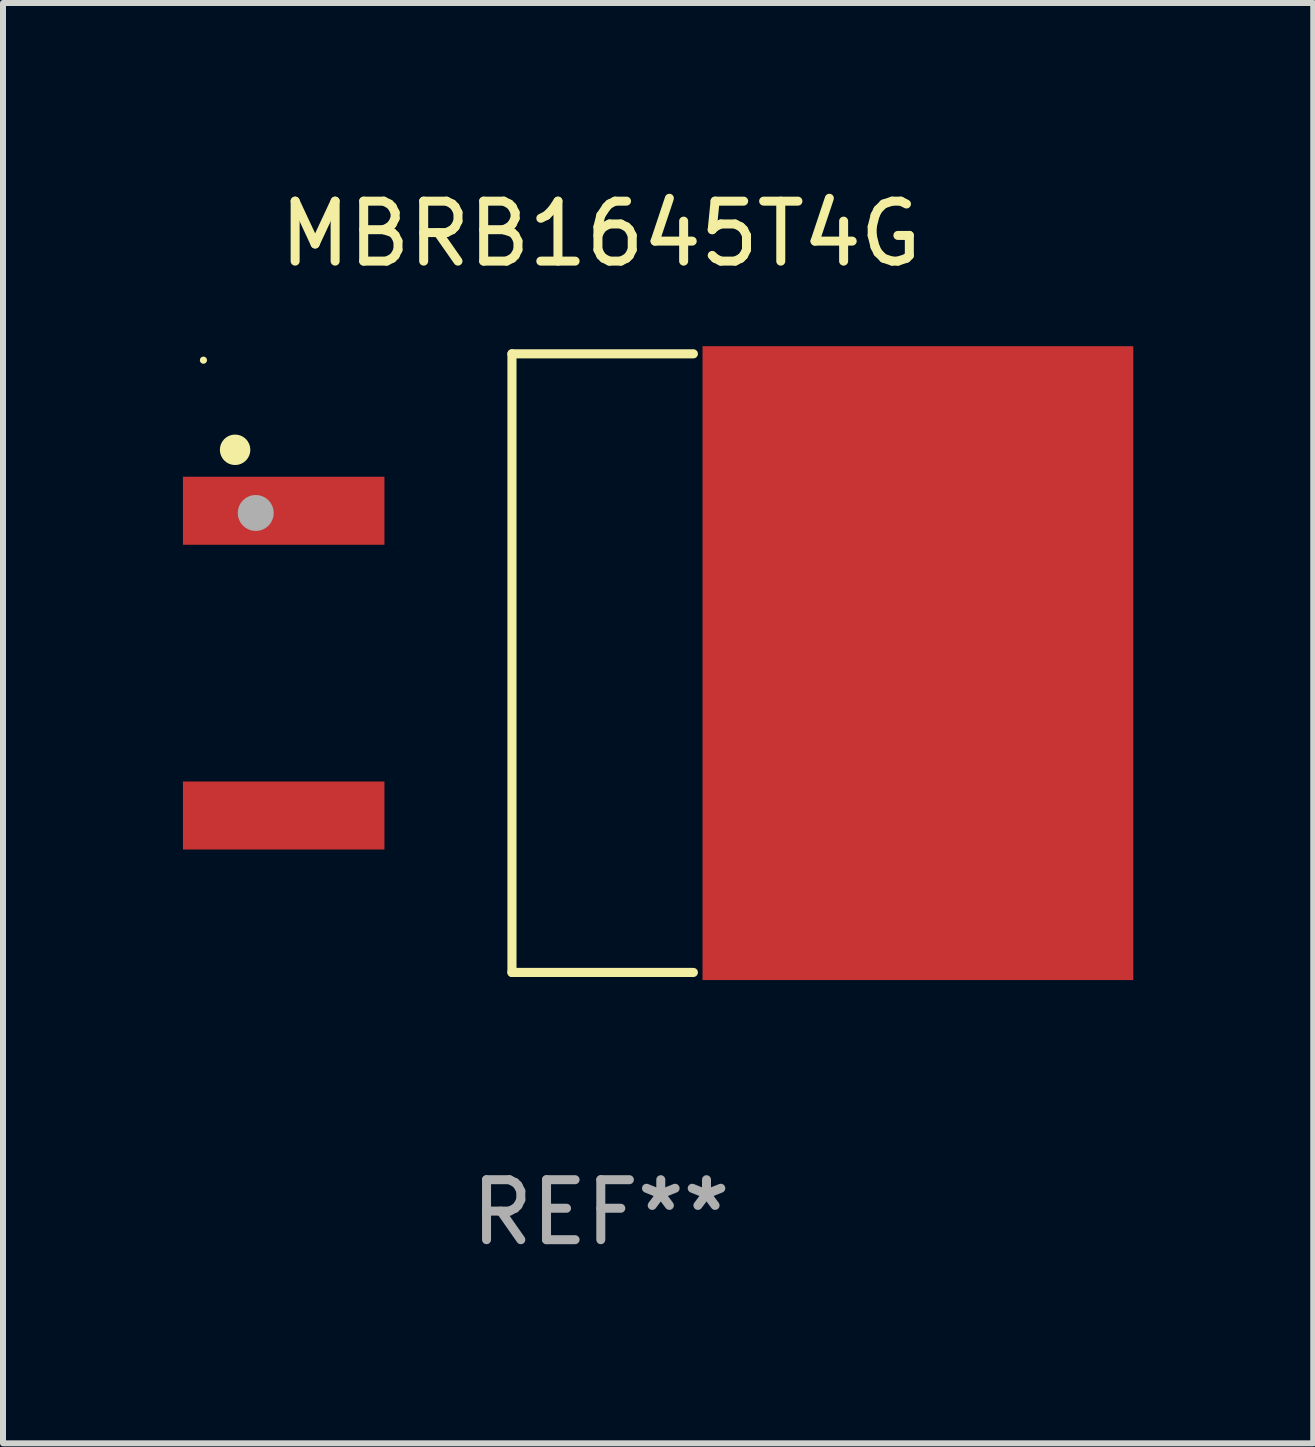
<source format=kicad_pcb>
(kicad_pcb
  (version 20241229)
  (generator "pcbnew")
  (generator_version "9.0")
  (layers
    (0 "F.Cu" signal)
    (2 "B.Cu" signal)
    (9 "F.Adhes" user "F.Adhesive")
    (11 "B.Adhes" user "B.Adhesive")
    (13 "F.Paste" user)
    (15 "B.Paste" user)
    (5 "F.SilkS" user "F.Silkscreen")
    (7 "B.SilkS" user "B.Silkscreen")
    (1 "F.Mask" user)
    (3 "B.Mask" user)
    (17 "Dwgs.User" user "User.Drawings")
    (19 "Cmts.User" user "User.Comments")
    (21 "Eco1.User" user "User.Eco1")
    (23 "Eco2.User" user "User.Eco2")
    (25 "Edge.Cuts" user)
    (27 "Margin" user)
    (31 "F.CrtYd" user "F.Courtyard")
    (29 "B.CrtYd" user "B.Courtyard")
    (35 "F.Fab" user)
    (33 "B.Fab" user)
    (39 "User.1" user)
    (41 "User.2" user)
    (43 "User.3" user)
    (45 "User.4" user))
  (footprint "MBRB1645T4G"
    (layer "F.Cu")
    (at 6.965 8.004)
    (property "Reference" "MBRB1645T4G" (at 0 -7.156 0) (layer "F.SilkS") (effects (font (size 1 1) (thickness 0.15))))
    (attr through_hole)
    (fp_line (start -1.481 -5.156) (end -1.481 5.156) (stroke (width 0.152) (type solid)) (layer "F.SilkS"))
    (fp_line (start 1.543 -5.156) (end -1.481 -5.156) (stroke (width 0.152) (type solid)) (layer "F.SilkS"))
    (fp_line (start 1.543 5.156) (end -1.481 5.156) (stroke (width 0.152) (type solid)) (layer "F.SilkS"))
    (fp_circle (center -6.624 -5.05) (end -6.594 -5.05) (stroke (width 0.06) (type solid)) (fill no) (layer "F.SilkS"))
    (fp_circle (center -6.096 -3.556) (end -5.969 -3.556) (stroke (width 0.254) (type solid)) (fill no) (layer "F.SilkS"))
    (fp_circle (center -5.752 -2.503) (end -5.602 -2.503) (stroke (width 0.3) (type solid)) (fill no) (layer "F.Fab"))
    (fp_text user "REF**" (at 0 9.156 0) (layer "F.Fab") (effects (font (size 1 1) (thickness 0.15))))
    (pad "1" smd rect (at -5.286 -2.54) (size 3.359 1.134) (layers "F.Cu" "F.Mask" "F.Paste"))
    (pad "3" smd rect (at -5.286 2.54) (size 3.359 1.134) (layers "F.Cu" "F.Mask" "F.Paste"))
    (pad "4" smd rect (at 5.286 0) (size 7.181 10.566) (layers "F.Cu" "F.Mask" "F.Paste")))
  (gr_rect
    (start -3 -3)
    (end 18.841 21.009)
    (stroke (width 0.1) (type default))
    (fill no)
    (layer "Edge.Cuts")))
</source>
